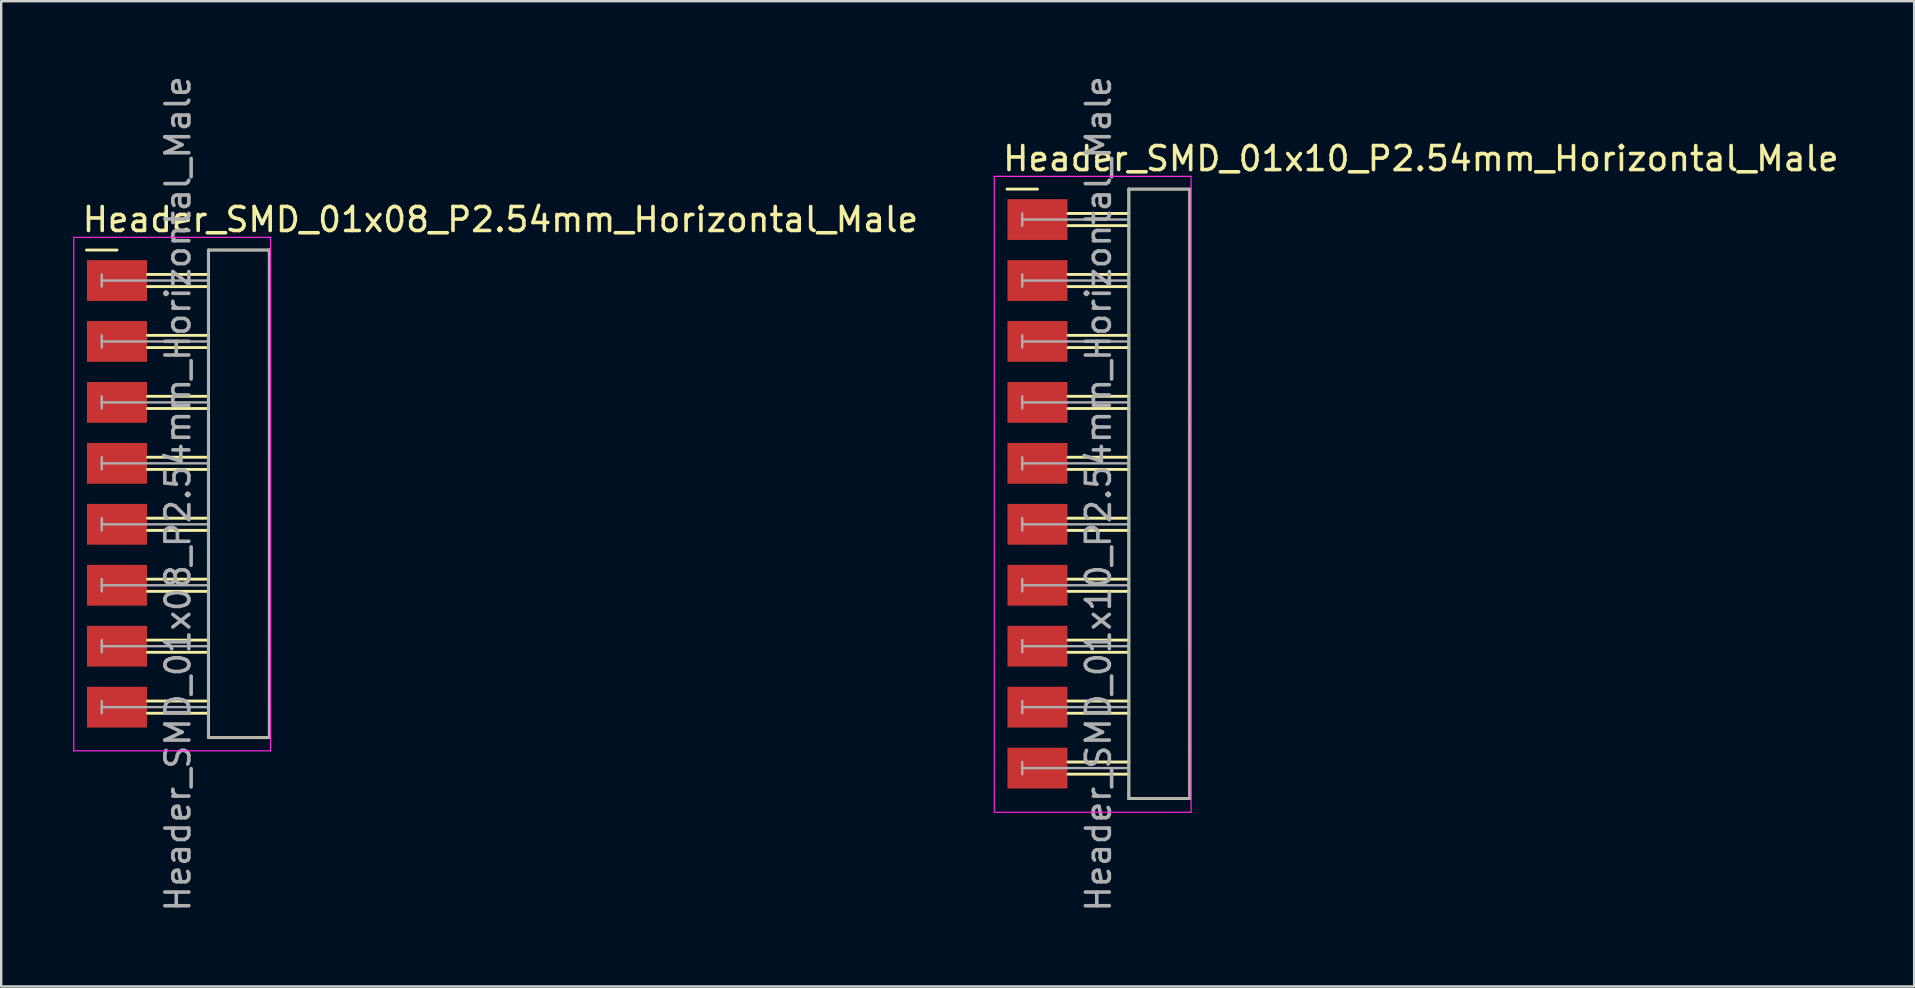
<source format=kicad_pcb>
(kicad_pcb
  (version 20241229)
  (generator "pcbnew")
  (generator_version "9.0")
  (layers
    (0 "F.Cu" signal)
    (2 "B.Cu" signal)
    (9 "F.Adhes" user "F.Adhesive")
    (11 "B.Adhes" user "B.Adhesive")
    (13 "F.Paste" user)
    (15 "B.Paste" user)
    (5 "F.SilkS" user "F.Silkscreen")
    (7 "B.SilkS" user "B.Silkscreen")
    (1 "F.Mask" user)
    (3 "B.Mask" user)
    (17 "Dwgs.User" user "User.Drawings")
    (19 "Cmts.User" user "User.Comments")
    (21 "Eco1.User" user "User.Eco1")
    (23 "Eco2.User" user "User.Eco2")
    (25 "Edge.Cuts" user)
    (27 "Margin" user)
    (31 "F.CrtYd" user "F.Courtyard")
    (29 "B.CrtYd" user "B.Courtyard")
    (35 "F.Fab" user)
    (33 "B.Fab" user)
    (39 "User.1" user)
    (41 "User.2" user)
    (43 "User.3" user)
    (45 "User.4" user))
  (footprint "Header_SMD_01x08_P2.54mm_Horizontal_Male"
    (layer "F.Cu")
    (at 1.825 8.64)
    (property "Reference" "Header_SMD_01x08_P2.54mm_Horizontal_Male" (at -1.524 -2.54 180) (layer "F.SilkS") (effects (font (size 1 1) (thickness 0.15)) (justify left)))
    (attr smd)
    (fp_line (start -1.27 -1.27) (end 0 -1.27) (stroke (width 0.12) (type solid)) (layer "F.SilkS"))
    (fp_line (start 3.81 -1.27) (end 6.35 -1.27) (stroke (width 0.12) (type solid)) (layer "F.SilkS"))
    (fp_line (start 3.81 -0.254) (end 1.27 -0.254) (stroke (width 0.12) (type solid)) (layer "F.SilkS"))
    (fp_line (start 3.81 0.254) (end 1.27 0.254) (stroke (width 0.12) (type solid)) (layer "F.SilkS"))
    (fp_line (start 3.81 2.286) (end 1.27 2.286) (stroke (width 0.12) (type solid)) (layer "F.SilkS"))
    (fp_line (start 3.81 2.794) (end 1.27 2.794) (stroke (width 0.12) (type solid)) (layer "F.SilkS"))
    (fp_line (start 3.81 4.826) (end 1.27 4.826) (stroke (width 0.12) (type solid)) (layer "F.SilkS"))
    (fp_line (start 3.81 5.334) (end 1.27 5.334) (stroke (width 0.12) (type solid)) (layer "F.SilkS"))
    (fp_line (start 3.81 7.366) (end 1.27 7.366) (stroke (width 0.12) (type solid)) (layer "F.SilkS"))
    (fp_line (start 3.81 7.874) (end 1.27 7.874) (stroke (width 0.12) (type solid)) (layer "F.SilkS"))
    (fp_line (start 3.81 9.906) (end 1.27 9.906) (stroke (width 0.12) (type solid)) (layer "F.SilkS"))
    (fp_line (start 3.81 10.414) (end 1.27 10.414) (stroke (width 0.12) (type solid)) (layer "F.SilkS"))
    (fp_line (start 3.81 12.446) (end 1.27 12.446) (stroke (width 0.12) (type solid)) (layer "F.SilkS"))
    (fp_line (start 3.81 12.954) (end 1.27 12.954) (stroke (width 0.12) (type solid)) (layer "F.SilkS"))
    (fp_line (start 3.81 14.986) (end 1.27 14.986) (stroke (width 0.12) (type solid)) (layer "F.SilkS"))
    (fp_line (start 3.81 15.494) (end 1.27 15.494) (stroke (width 0.12) (type solid)) (layer "F.SilkS"))
    (fp_line (start 3.81 17.526) (end 1.27 17.526) (stroke (width 0.12) (type solid)) (layer "F.SilkS"))
    (fp_line (start 3.81 18.034) (end 1.27 18.034) (stroke (width 0.12) (type solid)) (layer "F.SilkS"))
    (fp_line (start 3.81 19.05) (end 3.81 -1.27) (stroke (width 0.12) (type solid)) (layer "F.SilkS"))
    (fp_line (start 6.35 -1.27) (end 6.35 19.05) (stroke (width 0.12) (type solid)) (layer "F.SilkS"))
    (fp_line (start 6.35 19.05) (end 3.81 19.05) (stroke (width 0.12) (type solid)) (layer "F.SilkS"))
    (fp_line (start -1.8 -1.8) (end -1.8 19.6) (stroke (width 0.05) (type solid)) (layer "F.CrtYd"))
    (fp_line (start -1.8 19.6) (end 6.4 19.6) (stroke (width 0.05) (type solid)) (layer "F.CrtYd"))
    (fp_line (start 6.4 -1.8) (end -1.8 -1.8) (stroke (width 0.05) (type solid)) (layer "F.CrtYd"))
    (fp_line (start 6.4 19.6) (end 6.4 -1.8) (stroke (width 0.05) (type solid)) (layer "F.CrtYd"))
    (fp_line (start -0.635 -0.254) (end -0.635 0.254) (stroke (width 0.1) (type solid)) (layer "F.Fab"))
    (fp_line (start -0.635 2.286) (end -0.635 2.794) (stroke (width 0.1) (type solid)) (layer "F.Fab"))
    (fp_line (start -0.635 4.826) (end -0.635 5.334) (stroke (width 0.1) (type solid)) (layer "F.Fab"))
    (fp_line (start -0.635 7.366) (end -0.635 7.874) (stroke (width 0.1) (type solid)) (layer "F.Fab"))
    (fp_line (start -0.635 9.906) (end -0.635 10.414) (stroke (width 0.1) (type solid)) (layer "F.Fab"))
    (fp_line (start -0.635 12.446) (end -0.635 12.954) (stroke (width 0.1) (type solid)) (layer "F.Fab"))
    (fp_line (start -0.635 14.986) (end -0.635 15.494) (stroke (width 0.1) (type solid)) (layer "F.Fab"))
    (fp_line (start -0.635 17.526) (end -0.635 18.034) (stroke (width 0.1) (type solid)) (layer "F.Fab"))
    (fp_line (start 3.8 -1.27) (end 6.34 -1.27) (stroke (width 0.1) (type solid)) (layer "F.Fab"))
    (fp_line (start 3.8 19.05) (end 3.8 -1.27) (stroke (width 0.1) (type solid)) (layer "F.Fab"))
    (fp_line (start 3.8 19.05) (end 6.35 19.05) (stroke (width 0.1) (type solid)) (layer "F.Fab"))
    (fp_line (start 3.81 0) (end -0.635 0) (stroke (width 0.1) (type solid)) (layer "F.Fab"))
    (fp_line (start 3.81 2.54) (end -0.635 2.54) (stroke (width 0.1) (type solid)) (layer "F.Fab"))
    (fp_line (start 3.81 5.08) (end -0.635 5.08) (stroke (width 0.1) (type solid)) (layer "F.Fab"))
    (fp_line (start 3.81 7.62) (end -0.635 7.62) (stroke (width 0.1) (type solid)) (layer "F.Fab"))
    (fp_line (start 3.81 10.16) (end -0.635 10.16) (stroke (width 0.1) (type solid)) (layer "F.Fab"))
    (fp_line (start 3.81 12.7) (end -0.635 12.7) (stroke (width 0.1) (type solid)) (layer "F.Fab"))
    (fp_line (start 3.81 15.24) (end -0.635 15.24) (stroke (width 0.1) (type solid)) (layer "F.Fab"))
    (fp_line (start 3.81 17.78) (end -0.635 17.78) (stroke (width 0.1) (type solid)) (layer "F.Fab"))
    (fp_line (start 6.34 -1.27) (end 6.35 19.05) (stroke (width 0.1) (type solid)) (layer "F.Fab"))
    (fp_text user "${REFERENCE}" (at 2.54 8.89 90) (layer "F.Fab") (effects (font (size 1 1) (thickness 0.15))))
    (pad "1" smd rect (at 0 0) (size 2.5 1.7) (layers "F.Cu" "F.Mask" "F.Paste"))
    (pad "2" smd rect (at 0 2.54) (size 2.5 1.7) (layers "F.Cu" "F.Mask" "F.Paste"))
    (pad "3" smd rect (at 0 5.08) (size 2.5 1.7) (layers "F.Cu" "F.Mask" "F.Paste"))
    (pad "4" smd rect (at 0 7.62) (size 2.5 1.7) (layers "F.Cu" "F.Mask" "F.Paste"))
    (pad "5" smd rect (at 0 10.16) (size 2.5 1.7) (layers "F.Cu" "F.Mask" "F.Paste"))
    (pad "6" smd rect (at 0 12.7) (size 2.5 1.7) (layers "F.Cu" "F.Mask" "F.Paste"))
    (pad "7" smd rect (at 0 15.24) (size 2.5 1.7) (layers "F.Cu" "F.Mask" "F.Paste"))
    (pad "8" smd rect (at 0 17.78) (size 2.5 1.7) (layers "F.Cu" "F.Mask" "F.Paste")))
  (footprint "Header_SMD_01x10_P2.54mm_Horizontal_Male"
    (layer "F.Cu")
    (at 40.186 6.1)
    (property "Reference" "Header_SMD_01x10_P2.54mm_Horizontal_Male" (at -1.524 -2.54 180) (layer "F.SilkS") (effects (font (size 1 1) (thickness 0.15)) (justify left)))
    (attr smd)
    (fp_line (start -1.27 -1.27) (end 0 -1.27) (stroke (width 0.12) (type solid)) (layer "F.SilkS"))
    (fp_line (start 3.81 -1.27) (end 6.35 -1.27) (stroke (width 0.12) (type solid)) (layer "F.SilkS"))
    (fp_line (start 3.81 -0.254) (end 1.27 -0.254) (stroke (width 0.12) (type solid)) (layer "F.SilkS"))
    (fp_line (start 3.81 0.254) (end 1.27 0.254) (stroke (width 0.12) (type solid)) (layer "F.SilkS"))
    (fp_line (start 3.81 2.286) (end 1.27 2.286) (stroke (width 0.12) (type solid)) (layer "F.SilkS"))
    (fp_line (start 3.81 2.794) (end 1.27 2.794) (stroke (width 0.12) (type solid)) (layer "F.SilkS"))
    (fp_line (start 3.81 4.826) (end 1.27 4.826) (stroke (width 0.12) (type solid)) (layer "F.SilkS"))
    (fp_line (start 3.81 5.334) (end 1.27 5.334) (stroke (width 0.12) (type solid)) (layer "F.SilkS"))
    (fp_line (start 3.81 7.366) (end 1.27 7.366) (stroke (width 0.12) (type solid)) (layer "F.SilkS"))
    (fp_line (start 3.81 7.874) (end 1.27 7.874) (stroke (width 0.12) (type solid)) (layer "F.SilkS"))
    (fp_line (start 3.81 9.906) (end 1.27 9.906) (stroke (width 0.12) (type solid)) (layer "F.SilkS"))
    (fp_line (start 3.81 10.414) (end 1.27 10.414) (stroke (width 0.12) (type solid)) (layer "F.SilkS"))
    (fp_line (start 3.81 12.446) (end 1.27 12.446) (stroke (width 0.12) (type solid)) (layer "F.SilkS"))
    (fp_line (start 3.81 12.954) (end 1.27 12.954) (stroke (width 0.12) (type solid)) (layer "F.SilkS"))
    (fp_line (start 3.81 14.986) (end 1.27 14.986) (stroke (width 0.12) (type solid)) (layer "F.SilkS"))
    (fp_line (start 3.81 15.494) (end 1.27 15.494) (stroke (width 0.12) (type solid)) (layer "F.SilkS"))
    (fp_line (start 3.81 17.526) (end 1.27 17.526) (stroke (width 0.12) (type solid)) (layer "F.SilkS"))
    (fp_line (start 3.81 18.034) (end 1.27 18.034) (stroke (width 0.12) (type solid)) (layer "F.SilkS"))
    (fp_line (start 3.81 20.066) (end 1.27 20.066) (stroke (width 0.12) (type solid)) (layer "F.SilkS"))
    (fp_line (start 3.81 20.574) (end 1.27 20.574) (stroke (width 0.12) (type solid)) (layer "F.SilkS"))
    (fp_line (start 3.81 22.606) (end 1.27 22.606) (stroke (width 0.12) (type solid)) (layer "F.SilkS"))
    (fp_line (start 3.81 23.114) (end 1.27 23.114) (stroke (width 0.12) (type solid)) (layer "F.SilkS"))
    (fp_line (start 3.81 24.13) (end 3.81 -1.27) (stroke (width 0.12) (type solid)) (layer "F.SilkS"))
    (fp_line (start 6.35 -1.27) (end 6.35 24.13) (stroke (width 0.12) (type solid)) (layer "F.SilkS"))
    (fp_line (start 6.35 24.13) (end 3.81 24.13) (stroke (width 0.12) (type solid)) (layer "F.SilkS"))
    (fp_line (start -1.8 -1.8) (end -1.8 24.7) (stroke (width 0.05) (type solid)) (layer "F.CrtYd"))
    (fp_line (start -1.8 24.7) (end 6.4 24.7) (stroke (width 0.05) (type solid)) (layer "F.CrtYd"))
    (fp_line (start 6.4 -1.8) (end -1.8 -1.8) (stroke (width 0.05) (type solid)) (layer "F.CrtYd"))
    (fp_line (start 6.4 24.7) (end 6.4 -1.8) (stroke (width 0.05) (type solid)) (layer "F.CrtYd"))
    (fp_line (start -0.635 -0.254) (end -0.635 0.254) (stroke (width 0.1) (type solid)) (layer "F.Fab"))
    (fp_line (start -0.635 2.286) (end -0.635 2.794) (stroke (width 0.1) (type solid)) (layer "F.Fab"))
    (fp_line (start -0.635 4.826) (end -0.635 5.334) (stroke (width 0.1) (type solid)) (layer "F.Fab"))
    (fp_line (start -0.635 7.366) (end -0.635 7.874) (stroke (width 0.1) (type solid)) (layer "F.Fab"))
    (fp_line (start -0.635 9.906) (end -0.635 10.414) (stroke (width 0.1) (type solid)) (layer "F.Fab"))
    (fp_line (start -0.635 12.446) (end -0.635 12.954) (stroke (width 0.1) (type solid)) (layer "F.Fab"))
    (fp_line (start -0.635 14.986) (end -0.635 15.494) (stroke (width 0.1) (type solid)) (layer "F.Fab"))
    (fp_line (start -0.635 17.526) (end -0.635 18.034) (stroke (width 0.1) (type solid)) (layer "F.Fab"))
    (fp_line (start -0.635 20.066) (end -0.635 20.574) (stroke (width 0.1) (type solid)) (layer "F.Fab"))
    (fp_line (start -0.635 22.606) (end -0.635 23.114) (stroke (width 0.1) (type solid)) (layer "F.Fab"))
    (fp_line (start 3.8 -1.27) (end 6.34 -1.27) (stroke (width 0.1) (type solid)) (layer "F.Fab"))
    (fp_line (start 3.8 24.13) (end 3.8 -1.27) (stroke (width 0.1) (type solid)) (layer "F.Fab"))
    (fp_line (start 3.8 24.13) (end 6.35 24.13) (stroke (width 0.1) (type solid)) (layer "F.Fab"))
    (fp_line (start 3.81 0) (end -0.635 0) (stroke (width 0.1) (type solid)) (layer "F.Fab"))
    (fp_line (start 3.81 2.54) (end -0.635 2.54) (stroke (width 0.1) (type solid)) (layer "F.Fab"))
    (fp_line (start 3.81 5.08) (end -0.635 5.08) (stroke (width 0.1) (type solid)) (layer "F.Fab"))
    (fp_line (start 3.81 7.62) (end -0.635 7.62) (stroke (width 0.1) (type solid)) (layer "F.Fab"))
    (fp_line (start 3.81 10.16) (end -0.635 10.16) (stroke (width 0.1) (type solid)) (layer "F.Fab"))
    (fp_line (start 3.81 12.7) (end -0.635 12.7) (stroke (width 0.1) (type solid)) (layer "F.Fab"))
    (fp_line (start 3.81 15.24) (end -0.635 15.24) (stroke (width 0.1) (type solid)) (layer "F.Fab"))
    (fp_line (start 3.81 17.78) (end -0.635 17.78) (stroke (width 0.1) (type solid)) (layer "F.Fab"))
    (fp_line (start 3.81 20.32) (end -0.635 20.32) (stroke (width 0.1) (type solid)) (layer "F.Fab"))
    (fp_line (start 3.81 22.86) (end -0.635 22.86) (stroke (width 0.1) (type solid)) (layer "F.Fab"))
    (fp_line (start 6.34 -1.27) (end 6.35 24.13) (stroke (width 0.1) (type solid)) (layer "F.Fab"))
    (fp_text user "${REFERENCE}" (at 2.54 11.43 90) (layer "F.Fab") (effects (font (size 1 1) (thickness 0.15))))
    (pad "1" smd rect (at 0 0) (size 2.5 1.7) (layers "F.Cu" "F.Mask" "F.Paste"))
    (pad "2" smd rect (at 0 2.54) (size 2.5 1.7) (layers "F.Cu" "F.Mask" "F.Paste"))
    (pad "3" smd rect (at 0 5.08) (size 2.5 1.7) (layers "F.Cu" "F.Mask" "F.Paste"))
    (pad "4" smd rect (at 0 7.62) (size 2.5 1.7) (layers "F.Cu" "F.Mask" "F.Paste"))
    (pad "5" smd rect (at 0 10.16) (size 2.5 1.7) (layers "F.Cu" "F.Mask" "F.Paste"))
    (pad "6" smd rect (at 0 12.7) (size 2.5 1.7) (layers "F.Cu" "F.Mask" "F.Paste"))
    (pad "7" smd rect (at 0 15.24) (size 2.5 1.7) (layers "F.Cu" "F.Mask" "F.Paste"))
    (pad "8" smd rect (at 0 17.78) (size 2.5 1.7) (layers "F.Cu" "F.Mask" "F.Paste"))
    (pad "9" smd rect (at 0 20.32) (size 2.5 1.7) (layers "F.Cu" "F.Mask" "F.Paste"))
    (pad "10" smd rect (at 0 22.86) (size 2.5 1.7) (layers "F.Cu" "F.Mask" "F.Paste")))
  (gr_rect
    (start -3 -3)
    (end 76.721 38.06)
    (stroke (width 0.1) (type default))
    (fill no)
    (layer "Edge.Cuts")))
</source>
